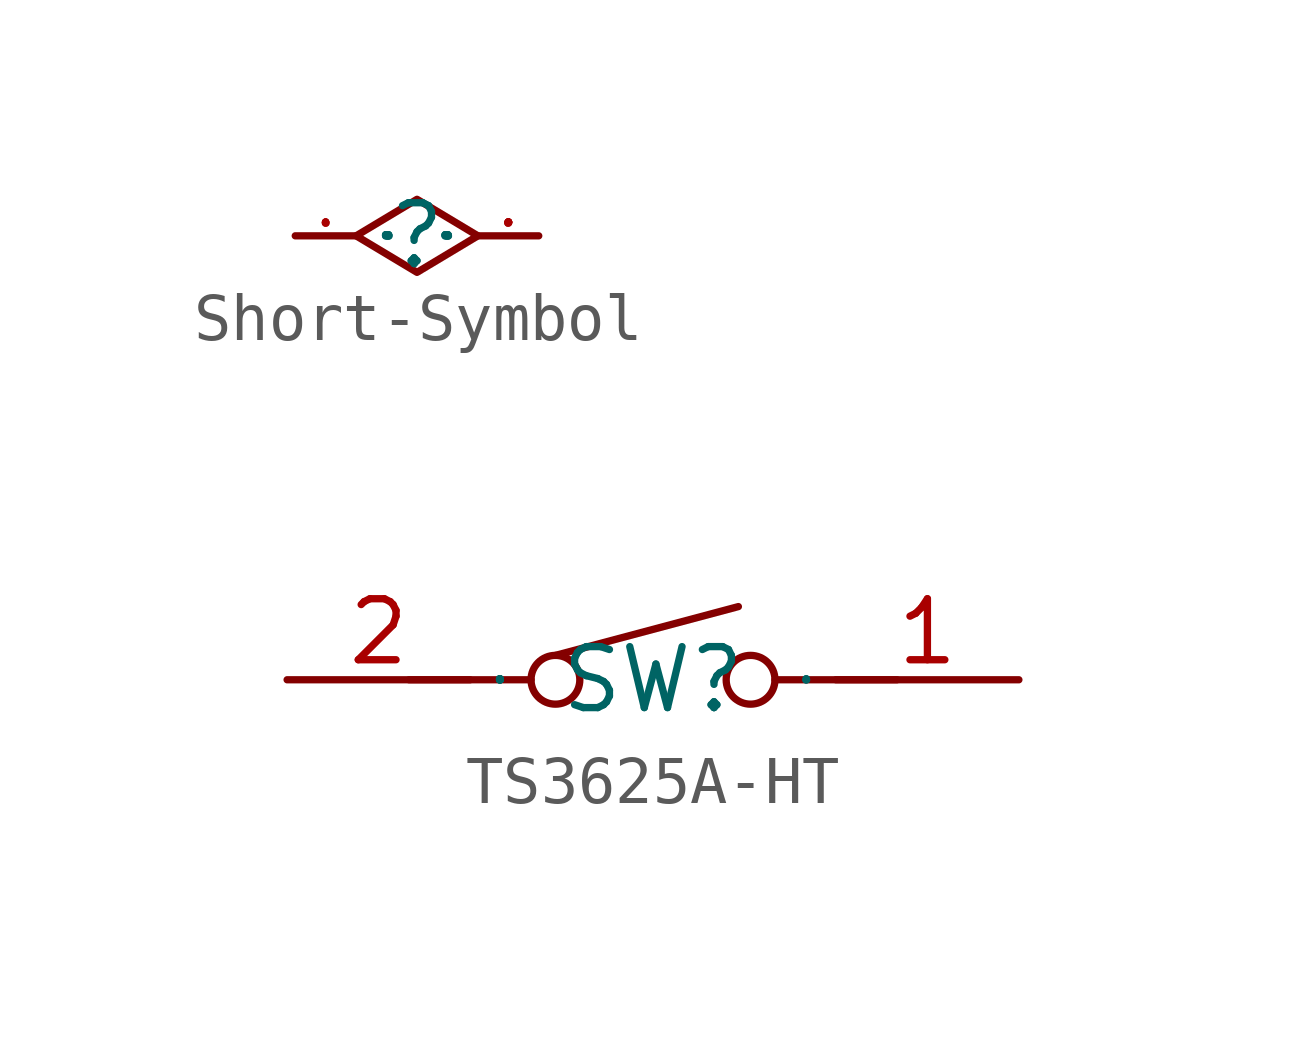
<source format=kicad_sym>
(kicad_symbol_lib
  (version 20231120)
  (generator "kicad_symbol_editor")
  (generator_version "8.0")
  (symbol "Short-Symbol"
    (property "Reference" ""
      (at 0 0 0)
      (effects (font (size 1.27 1.27))))
    (property "Value" ""
      (at 0 0 0)
      (effects (font (size 1.27 1.27))))
    (symbol "Short-Symbol_1_0"
      (polyline (pts (xy -1.27 0) (xy 0 0.762) (xy 1.27 0) (xy 0 -0.762) (xy -1.27 0)) (stroke (width 0) (type default)) (fill (type none)))
      (pin input line (at -2.54 0 0) (length 1.27) (name "Pin1" (effects (font (size 0.025 0.025)))) (number "1" (effects (font (size 0.025 0.025)))))
      (pin input line (at 2.54 0 180) (length 1.27) (name "Pin1" (effects (font (size 0.025 0.025)))) (number "2" (effects (font (size 0.025 0.025)))))))
  (symbol "TS3625A-HT"
    (property "Reference" "SW"
      (at 0 0 0)
      (effects (font (size 1.27 1.27))))
    (property "Value" ""
      (at 0 0 0)
      (effects (font (size 1.27 1.27))))
    (symbol "TS3625A-HT_1_0"
      (circle (center -2.032 0) (radius 0.508) (stroke (width 0) (type default)) (fill (type none)))
      (polyline (pts (xy -5.08 0) (xy -2.54 0)) (stroke (width 0) (type default)) (fill (type none)))
      (polyline (pts (xy -2.032 0.508) (xy 1.778 1.524)) (stroke (width 0) (type default)) (fill (type none)))
      (polyline (pts (xy 5.08 0) (xy 2.54 0)) (stroke (width 0) (type default)) (fill (type none)))
      (circle (center 2.032 0) (radius 0.508) (stroke (width 0) (type default)) (fill (type none)))
      (pin input line (at 7.62 0 180) (length 3.81) (name "A" (effects (font (size 0.025 0.025)))) (number "1" (effects (font (size 1.27 1.27)))))
      (pin input line (at -7.62 0 0) (length 3.81) (name "B" (effects (font (size 0.025 0.025)))) (number "2" (effects (font (size 1.27 1.27))))))))
</source>
